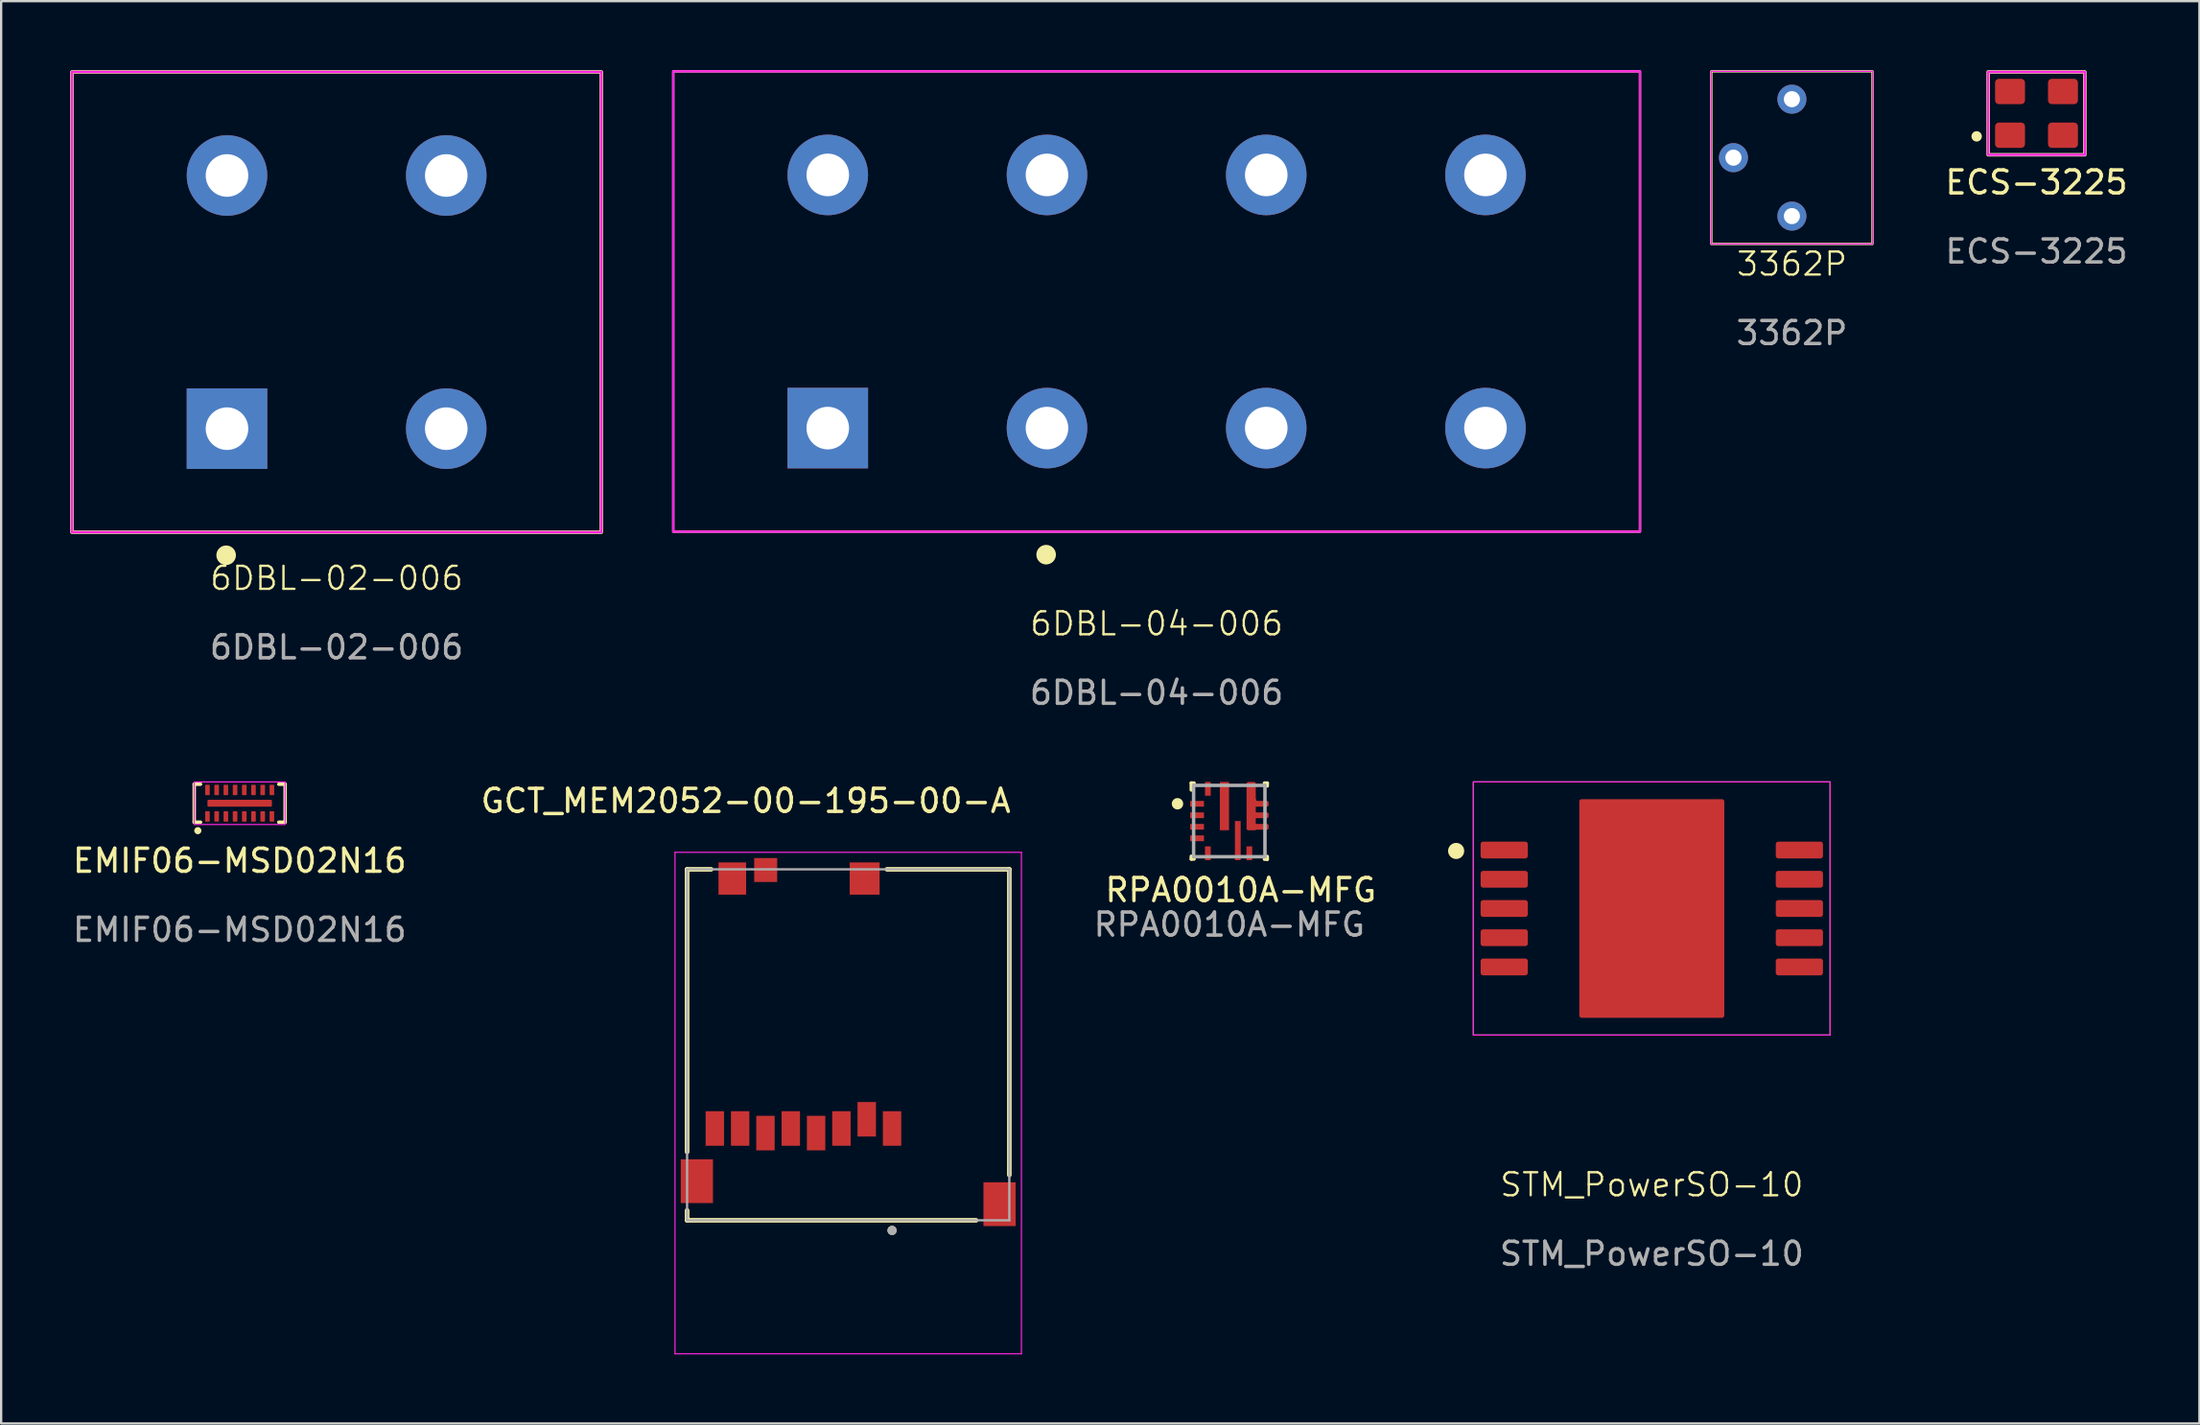
<source format=kicad_pcb>
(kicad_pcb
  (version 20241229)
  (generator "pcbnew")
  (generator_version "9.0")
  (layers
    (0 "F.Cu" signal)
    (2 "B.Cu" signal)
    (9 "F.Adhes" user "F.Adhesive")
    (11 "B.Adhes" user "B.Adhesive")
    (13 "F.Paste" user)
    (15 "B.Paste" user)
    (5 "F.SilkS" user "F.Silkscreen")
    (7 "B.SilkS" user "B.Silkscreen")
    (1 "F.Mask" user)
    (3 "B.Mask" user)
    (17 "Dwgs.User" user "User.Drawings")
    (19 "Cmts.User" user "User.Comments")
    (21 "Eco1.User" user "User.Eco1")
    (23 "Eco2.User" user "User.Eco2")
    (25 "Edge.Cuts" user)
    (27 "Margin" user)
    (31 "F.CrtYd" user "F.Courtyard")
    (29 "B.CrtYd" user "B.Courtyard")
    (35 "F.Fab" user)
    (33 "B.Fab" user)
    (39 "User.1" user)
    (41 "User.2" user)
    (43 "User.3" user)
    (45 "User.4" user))
  (footprint "6DBL-04-006"
    (layer "F.Cu")
    (at 47.2 10.05)
    (property "Reference" "6DBL-04-006" (at 0 14 0) (unlocked yes) (layer "F.SilkS") (effects (font (size 1 1) (thickness 0.1))))
    (attr smd)
    (fp_rect (start -21 -10) (end 21 10) (stroke (width 0.1) (type solid)) (fill no) (layer "F.SilkS"))
    (fp_circle (center -4.8 11) (end -4.4 11) (stroke (width 0.05) (type solid)) (fill yes) (layer "F.SilkS"))
    (fp_rect (start -21 -10) (end 21 10) (stroke (width 0.1) (type solid)) (fill no) (layer "F.CrtYd"))
    (fp_text user "${REFERENCE}" (at 0 17 0) (unlocked yes) (layer "F.Fab") (effects (font (size 1 1) (thickness 0.15))))
    (pad "1" thru_hole circle (at -14.287 -5.5) (size 3.5 3.5) (drill 1.85) (layers "*.Cu" "*.Mask"))
    (pad "1" thru_hole rect (at -14.287 5.5) (size 3.5 3.5) (drill 1.85) (layers "*.Cu" "*.Mask"))
    (pad "2" thru_hole circle (at -4.763 -5.5) (size 3.5 3.5) (drill 1.85) (layers "*.Cu" "*.Mask"))
    (pad "2" thru_hole circle (at -4.763 5.5) (size 3.5 3.5) (drill 1.85) (layers "*.Cu" "*.Mask"))
    (pad "3" thru_hole circle (at 4.763 -5.5) (size 3.5 3.5) (drill 1.85) (layers "*.Cu" "*.Mask"))
    (pad "3" thru_hole circle (at 4.763 5.5) (size 3.5 3.5) (drill 1.85) (layers "*.Cu" "*.Mask"))
    (pad "4" thru_hole circle (at 14.287 -5.5) (size 3.5 3.5) (drill 1.85) (layers "*.Cu" "*.Mask"))
    (pad "4" thru_hole circle (at 14.287 5.5) (size 3.5 3.5) (drill 1.85) (layers "*.Cu" "*.Mask")))
  (footprint "RPA0010A-MFG"
    (layer "F.Cu")
    (at 50.357 32.623)
    (property "Reference" "RPA0010A-MFG" (at 0.5 3 0) (unlocked yes) (layer "F.SilkS") (effects (font (size 1 1) (thickness 0.15))))
    (attr smd)
    (fp_line (start -1.65 -1.65) (end -1.53 -1.65) (stroke (width 0.15) (type solid)) (layer "F.SilkS"))
    (fp_line (start -1.65 -1.35) (end -1.65 -1.65) (stroke (width 0.15) (type solid)) (layer "F.SilkS"))
    (fp_line (start -1.65 1.65) (end -1.65 1.53) (stroke (width 0.15) (type solid)) (layer "F.SilkS"))
    (fp_line (start -1.65 1.65) (end -1.53 1.65) (stroke (width 0.15) (type solid)) (layer "F.SilkS"))
    (fp_line (start 1.53 -1.65) (end 1.65 -1.65) (stroke (width 0.15) (type solid)) (layer "F.SilkS"))
    (fp_line (start 1.53 1.66) (end 1.65 1.66) (stroke (width 0.15) (type solid)) (layer "F.SilkS"))
    (fp_line (start 1.65 -1.525) (end 1.65 -1.645) (stroke (width 0.15) (type solid)) (layer "F.SilkS"))
    (fp_line (start 1.65 1.66) (end 1.65 1.54) (stroke (width 0.15) (type solid)) (layer "F.SilkS"))
    (fp_circle (center -2.25 -0.75) (end -2.125 -0.75) (stroke (width 0.25) (type solid)) (fill no) (layer "F.SilkS"))
    (fp_poly (pts (xy -0.41 0.345) (xy -0.41 -0.505) (xy -0.36 -0.555) (xy -0.06 -0.555) (xy -0.01 -0.505) (xy -0.01 0.345) (xy -0.06 0.395) (xy -0.36 0.395)) (stroke (width 0) (type solid)) (fill yes) (layer "F.Paste"))
    (fp_poly (pts (xy -0.36 -1.705) (xy -0.06 -1.705) (xy -0.01 -1.655) (xy -0.01 -0.805) (xy -0.06 -0.755) (xy -0.36 -0.755) (xy -0.41 -0.805) (xy -0.41 -1.655)) (stroke (width 0) (type solid)) (fill yes) (layer "F.Paste"))
    (fp_poly (pts (xy 0.245 1.655) (xy 0.245 1.005) (xy 0.295 0.955) (xy 0.445 0.955) (xy 0.495 1.005) (xy 0.495 1.655) (xy 0.445 1.705) (xy 0.295 1.705)) (stroke (width 0) (type solid)) (fill yes) (layer "F.Paste"))
    (fp_poly (pts (xy 0.445 0.005) (xy 0.495 0.055) (xy 0.495 0.705) (xy 0.445 0.755) (xy 0.295 0.755) (xy 0.245 0.705) (xy 0.245 0.055) (xy 0.295 0.005)) (stroke (width 0) (type solid)) (fill yes) (layer "F.Paste"))
    (fp_line (start -1.55 -1.55) (end 1.55 -1.55) (stroke (width 0.15) (type solid)) (layer "F.Fab"))
    (fp_line (start -1.55 1.55) (end -1.55 -1.55) (stroke (width 0.15) (type solid)) (layer "F.Fab"))
    (fp_line (start -1.55 1.55) (end 1.55 1.55) (stroke (width 0.15) (type solid)) (layer "F.Fab"))
    (fp_line (start 1.55 1.55) (end 1.55 -1.55) (stroke (width 0.15) (type solid)) (layer "F.Fab"))
    (fp_text user "${REFERENCE}" (at 0 4.5 0) (unlocked yes) (layer "F.Fab") (effects (font (size 1 1) (thickness 0.15))))
    (pad "1" smd rect (at -1.4 -0.75) (size 0.6 0.25) (layers "F.Cu" "F.Mask" "F.Paste"))
    (pad "2" smd rect (at -1.4 -0.25) (size 0.6 0.25) (layers "F.Cu" "F.Mask" "F.Paste"))
    (pad "3" smd rect (at -1.4 0.25) (size 0.6 0.25) (layers "F.Cu" "F.Mask" "F.Paste"))
    (pad "4" smd rect (at -1.4 0.75) (size 0.6 0.25) (layers "F.Cu" "F.Mask" "F.Paste"))
    (pad "5" smd rect (at -0.93 1.4 90) (size 0.6 0.25) (layers "F.Cu" "F.Mask" "F.Paste"))
    (pad "6" smd rect (at 0.37 0.85) (size 0.25 1.7) (layers "F.Cu" "F.Mask"))
    (pad "7" smd rect (at 0.87 1.4 90) (size 0.6 0.25) (layers "F.Cu" "F.Mask" "F.Paste"))
    (pad "8" smd custom (at 0.99 -0.8) (size 0.35 0.35) (layers "F.Cu" "F.Mask" "F.Paste") (options (anchor rect)) (primitives (gr_poly (pts (xy -0.19 -0.9) (xy -0.24 -0.85) (xy -0.24 1.15) (xy -0.19 1.2) (xy 0.16 1.2) (xy 0.16 1.175) (xy 0.67 1.175) (xy 0.72 1.125) (xy 0.72 0.975) (xy 0.67 0.925) (xy 0.16 0.925) (xy 0.16 0.675) (xy 0.67 0.675) (xy 0.72 0.625) (xy 0.72 0.475) (xy 0.67 0.425) (xy 0.16 0.425) (xy 0.16 0.175) (xy 0.67 0.175) (xy 0.72 0.125) (xy 0.72 -0.025) (xy 0.67 -0.075) (xy 0.21 -0.075) (xy 0.16 -0.125) (xy 0.16 -0.85) (xy 0.11 -0.9)) (width 0) (fill yes))))
    (pad "9" smd rect (at -0.21 -0.65) (size 0.4 2.1) (layers "F.Cu" "F.Mask"))
    (pad "10" smd rect (at -0.93 -1.4 90) (size 0.6 0.25) (layers "F.Cu" "F.Mask" "F.Paste")))
  (footprint "STM_PowerSO-10"
    (layer "F.Cu")
    (at 68.713 36.423)
    (property "Reference" "STM_PowerSO-10" (at 0 12 0) (unlocked yes) (layer "F.SilkS") (effects (font (size 1 1) (thickness 0.1))))
    (attr smd)
    (fp_rect (start -7.75 -5.5) (end 7.75 5.5) (stroke (width 0.05) (type solid)) (fill no) (layer "F.SilkS"))
    (fp_circle (center -8.5 -2.5) (end -8.2 -2.5) (stroke (width 0.1) (type solid)) (fill yes) (layer "F.SilkS"))
    (fp_rect (start -7.75 -5.5) (end 7.75 5.5) (stroke (width 0.05) (type solid)) (fill no) (layer "F.CrtYd"))
    (fp_text user "${REFERENCE}" (at 0 15 0) (unlocked yes) (layer "F.Fab") (effects (font (size 1 1) (thickness 0.15))))
    (pad "1" smd roundrect (at -6.412 -2.54) (size 2.05 0.73) (layers "F.Cu" "F.Mask" "F.Paste") (roundrect_rratio 0.15))
    (pad "2" smd roundrect (at -6.412 -1.27) (size 2.05 0.73) (layers "F.Cu" "F.Mask" "F.Paste") (roundrect_rratio 0.15))
    (pad "3" smd roundrect (at -6.412 0) (size 2.05 0.73) (layers "F.Cu" "F.Mask" "F.Paste") (roundrect_rratio 0.15))
    (pad "4" smd roundrect (at -6.412 1.27) (size 2.05 0.73) (layers "F.Cu" "F.Mask" "F.Paste") (roundrect_rratio 0.15))
    (pad "5" smd roundrect (at -6.412 2.54) (size 2.05 0.73) (layers "F.Cu" "F.Mask" "F.Paste") (roundrect_rratio 0.15))
    (pad "6" smd roundrect (at 6.412 2.54) (size 2.05 0.73) (layers "F.Cu" "F.Mask" "F.Paste") (roundrect_rratio 0.15))
    (pad "7" smd roundrect (at 6.412 1.27) (size 2.05 0.73) (layers "F.Cu" "F.Mask" "F.Paste") (roundrect_rratio 0.15))
    (pad "8" smd roundrect (at 6.412 0) (size 2.05 0.73) (layers "F.Cu" "F.Mask" "F.Paste") (roundrect_rratio 0.15))
    (pad "9" smd roundrect (at 6.412 -1.27) (size 2.05 0.73) (layers "F.Cu" "F.Mask" "F.Paste") (roundrect_rratio 0.15))
    (pad "10" smd roundrect (at 6.412 -2.54) (size 2.05 0.73) (layers "F.Cu" "F.Mask" "F.Paste") (roundrect_rratio 0.15))
    (pad "11" smd roundrect (at 0 0) (size 6.3 9.5) (layers "F.Cu" "F.Mask" "F.Paste") (roundrect_rratio 0.016)))
  (footprint "6DBL-02-006"
    (layer "F.Cu")
    (at 11.575 10.075)
    (property "Reference" "6DBL-02-006" (at 0 12 0) (unlocked yes) (layer "F.SilkS") (effects (font (size 1 1) (thickness 0.1))))
    (attr smd)
    (fp_rect (start -11.5 -10) (end 11.5 10) (stroke (width 0.15) (type solid)) (fill no) (layer "F.SilkS"))
    (fp_circle (center -4.8 11) (end -4.4 11) (stroke (width 0.05) (type solid)) (fill yes) (layer "F.SilkS"))
    (fp_rect (start -11.5 -10) (end 11.5 10) (stroke (width 0.1) (type solid)) (fill no) (layer "F.CrtYd"))
    (fp_text user "${REFERENCE}" (at 0 15 0) (unlocked yes) (layer "F.Fab") (effects (font (size 1 1) (thickness 0.15))))
    (pad "1" thru_hole circle (at -4.763 -5.5) (size 3.5 3.5) (drill 1.85) (layers "*.Cu" "*.Mask"))
    (pad "1" thru_hole rect (at -4.763 5.5) (size 3.5 3.5) (drill 1.85) (layers "*.Cu" "*.Mask"))
    (pad "2" thru_hole circle (at 4.763 -5.5) (size 3.5 3.5) (drill 1.85) (layers "*.Cu" "*.Mask"))
    (pad "2" thru_hole circle (at 4.763 5.5) (size 3.5 3.5) (drill 1.85) (layers "*.Cu" "*.Mask")))
  (footprint "ECS-3225"
    (layer "F.Cu")
    (at 85.427 1.875)
    (property "Reference" "ECS-3225" (at 0 3 0) (unlocked yes) (layer "F.SilkS") (effects (font (size 1 1) (thickness 0.15))))
    (attr smd)
    (fp_rect (start -2.1 -1.8) (end 2.1 1.8) (stroke (width 0.15) (type solid)) (fill no) (layer "F.SilkS"))
    (fp_circle (center -2.6 1) (end -2.4 1) (stroke (width 0.05) (type solid)) (fill yes) (layer "F.SilkS"))
    (fp_rect (start -2.1 -1.8) (end 2.1 1.8) (stroke (width 0.1) (type solid)) (fill no) (layer "F.CrtYd"))
    (fp_text user "${REFERENCE}" (at 0 6 0) (unlocked yes) (layer "F.Fab") (effects (font (size 1 1) (thickness 0.15))))
    (pad "1" smd roundrect (at -1.15 0.95) (size 1.3 1.1) (layers "F.Cu" "F.Mask" "F.Paste") (roundrect_rratio 0.15))
    (pad "2" smd roundrect (at 1.15 0.95) (size 1.3 1.1) (layers "F.Cu" "F.Mask" "F.Paste") (roundrect_rratio 0.15))
    (pad "3" smd roundrect (at 1.15 -0.95) (size 1.3 1.1) (layers "F.Cu" "F.Mask" "F.Paste") (roundrect_rratio 0.15))
    (pad "4" smd roundrect (at -1.15 -0.95) (size 1.3 1.1) (layers "F.Cu" "F.Mask" "F.Paste") (roundrect_rratio 0.15)))
  (footprint "EMIF06-MSD02N16"
    (layer "F.Cu")
    (at 7.363 31.848)
    (property "Reference" "EMIF06-MSD02N16" (at 0 2.5 0) (unlocked yes) (layer "F.SilkS") (effects (font (size 1 1) (thickness 0.15))))
    (attr smd)
    (fp_line (start -1.975 -0.825) (end -1.7 -0.825) (stroke (width 0.15) (type solid)) (layer "F.SilkS"))
    (fp_line (start -1.975 0.825) (end -1.975 -0.825) (stroke (width 0.15) (type solid)) (layer "F.SilkS"))
    (fp_line (start -1.975 0.825) (end -1.7 0.825) (stroke (width 0.15) (type solid)) (layer "F.SilkS"))
    (fp_line (start 1.975 -0.825) (end 1.7 -0.825) (stroke (width 0.15) (type solid)) (layer "F.SilkS"))
    (fp_line (start 1.975 0.825) (end 1.7 0.825) (stroke (width 0.15) (type solid)) (layer "F.SilkS"))
    (fp_line (start 1.975 0.825) (end 1.975 -0.825) (stroke (width 0.15) (type solid)) (layer "F.SilkS"))
    (fp_circle (center -1.818 1.193) (end -1.668 1.193) (stroke (width 0.01) (type solid)) (fill yes) (layer "F.SilkS"))
    (fp_rect (start -1.975 -0.925) (end 1.975 0.925) (stroke (width 0.05) (type solid)) (fill no) (layer "F.CrtYd"))
    (fp_text user "${REFERENCE}" (at 0 5.5 0) (unlocked yes) (layer "F.Fab") (effects (font (size 1 1) (thickness 0.15))))
    (pad "1" smd roundrect (at -1.4 0.575) (size 0.2 0.45) (layers "F.Cu" "F.Mask" "F.Paste") (roundrect_rratio 0.15))
    (pad "2" smd roundrect (at -1 0.575) (size 0.2 0.45) (layers "F.Cu" "F.Mask" "F.Paste") (roundrect_rratio 0.15))
    (pad "3" smd roundrect (at -0.6 0.575) (size 0.2 0.45) (layers "F.Cu" "F.Mask" "F.Paste") (roundrect_rratio 0.15))
    (pad "4" smd roundrect (at -0.2 0.575) (size 0.2 0.45) (layers "F.Cu" "F.Mask" "F.Paste") (roundrect_rratio 0.15))
    (pad "5" smd roundrect (at 0.2 0.575) (size 0.2 0.45) (layers "F.Cu" "F.Mask" "F.Paste") (roundrect_rratio 0.15))
    (pad "6" smd roundrect (at 0.6 0.575) (size 0.2 0.45) (layers "F.Cu" "F.Mask" "F.Paste") (roundrect_rratio 0.15))
    (pad "7" smd roundrect (at 1 0.575) (size 0.2 0.45) (layers "F.Cu" "F.Mask" "F.Paste") (roundrect_rratio 0.15))
    (pad "8" smd roundrect (at 1.4 0.575) (size 0.2 0.45) (layers "F.Cu" "F.Mask" "F.Paste") (roundrect_rratio 0.15))
    (pad "9" smd roundrect (at 1.4 -0.575) (size 0.2 0.45) (layers "F.Cu" "F.Mask" "F.Paste") (roundrect_rratio 0.15))
    (pad "10" smd roundrect (at 1 -0.575) (size 0.2 0.45) (layers "F.Cu" "F.Mask" "F.Paste") (roundrect_rratio 0.15))
    (pad "11" smd roundrect (at 0.6 -0.575) (size 0.2 0.45) (layers "F.Cu" "F.Mask" "F.Paste") (roundrect_rratio 0.15))
    (pad "12" smd roundrect (at 0.2 -0.575) (size 0.2 0.45) (layers "F.Cu" "F.Mask" "F.Paste") (roundrect_rratio 0.15))
    (pad "13" smd roundrect (at -0.2 -0.575) (size 0.2 0.45) (layers "F.Cu" "F.Mask" "F.Paste") (roundrect_rratio 0.15))
    (pad "14" smd roundrect (at -0.6 -0.575) (size 0.2 0.45) (layers "F.Cu" "F.Mask" "F.Paste") (roundrect_rratio 0.15))
    (pad "15" smd roundrect (at -1 -0.575) (size 0.2 0.45) (layers "F.Cu" "F.Mask" "F.Paste") (roundrect_rratio 0.15))
    (pad "16" smd roundrect (at -1.4 -0.575) (size 0.2 0.45) (layers "F.Cu" "F.Mask" "F.Paste") (roundrect_rratio 0.15))
    (pad "17" smd roundrect (at 0 0) (size 2.8 0.3) (layers "F.Cu" "F.Mask" "F.Paste") (roundrect_rratio 0.15)))
  (footprint "GCT_MEM2052-00-195-00-A"
    (layer "F.Cu")
    (at 33.801 42.346)
    (property "Reference" "GCT_MEM2052-00-195-00-A" (at -4.45 -10.6 0) (layer "F.SilkS") (effects (font (size 1 1) (thickness 0.15))))
    (attr smd)
    (fp_line (start -7 -7.625) (end -5.955 -7.625) (stroke (width 0.2) (type solid)) (layer "F.SilkS"))
    (fp_line (start -7 4.655) (end -7 -7.625) (stroke (width 0.2) (type solid)) (layer "F.SilkS"))
    (fp_line (start -7 7.625) (end -7 7.195) (stroke (width 0.2) (type solid)) (layer "F.SilkS"))
    (fp_line (start 1.685 -7.625) (end 7 -7.625) (stroke (width 0.2) (type solid)) (layer "F.SilkS"))
    (fp_line (start 5.555 7.625) (end -7 7.625) (stroke (width 0.2) (type solid)) (layer "F.SilkS"))
    (fp_line (start 7 -7.625) (end 7 5.655) (stroke (width 0.2) (type solid)) (layer "F.SilkS"))
    (fp_circle (center 1.905 8.065) (end 2.005 8.065) (stroke (width 0.2) (type solid)) (fill no) (layer "F.SilkS"))
    (fp_line (start -7.525 -8.365) (end -7.525 13.425) (stroke (width 0.05) (type solid)) (layer "F.CrtYd"))
    (fp_line (start -7.525 13.425) (end 7.525 13.425) (stroke (width 0.05) (type solid)) (layer "F.CrtYd"))
    (fp_line (start 7.525 -8.365) (end -7.525 -8.365) (stroke (width 0.05) (type solid)) (layer "F.CrtYd"))
    (fp_line (start 7.525 13.425) (end 7.525 -8.365) (stroke (width 0.05) (type solid)) (layer "F.CrtYd"))
    (fp_line (start -7 -7.625) (end 7 -7.625) (stroke (width 0.1) (type solid)) (layer "F.Fab"))
    (fp_line (start -7 7.625) (end -7 -7.625) (stroke (width 0.1) (type solid)) (layer "F.Fab"))
    (fp_line (start 7 -7.625) (end 7 7.625) (stroke (width 0.1) (type solid)) (layer "F.Fab"))
    (fp_line (start 7 7.625) (end -7 7.625) (stroke (width 0.1) (type solid)) (layer "F.Fab"))
    (fp_circle (center 1.905 8.065) (end 2.005 8.065) (stroke (width 0.2) (type solid)) (fill no) (layer "F.Fab"))
    (pad "G1" smd rect (at -6.575 5.925) (size 1.4 1.9) (layers "F.Cu" "F.Mask" "F.Paste"))
    (pad "G2" smd rect (at 6.575 6.925) (size 1.4 1.9) (layers "F.Cu" "F.Mask" "F.Paste"))
    (pad "G3" smd rect (at -5.035 -7.225) (size 1.2 1.4) (layers "F.Cu" "F.Mask" "F.Paste"))
    (pad "G4" smd rect (at 0.715 -7.225) (size 1.3 1.4) (layers "F.Cu" "F.Mask" "F.Paste"))
    (pad "P1" smd rect (at 1.905 3.635) (size 0.8 1.5) (layers "F.Cu" "F.Mask" "F.Paste"))
    (pad "P2" smd rect (at 0.805 3.235) (size 0.8 1.5) (layers "F.Cu" "F.Mask" "F.Paste"))
    (pad "P3" smd rect (at -0.295 3.635) (size 0.8 1.5) (layers "F.Cu" "F.Mask" "F.Paste"))
    (pad "P4" smd rect (at -1.395 3.835) (size 0.8 1.5) (layers "F.Cu" "F.Mask" "F.Paste"))
    (pad "P5" smd rect (at -2.495 3.635) (size 0.8 1.5) (layers "F.Cu" "F.Mask" "F.Paste"))
    (pad "P6" smd rect (at -3.595 3.835) (size 0.8 1.5) (layers "F.Cu" "F.Mask" "F.Paste"))
    (pad "P7" smd rect (at -4.695 3.635) (size 0.8 1.5) (layers "F.Cu" "F.Mask" "F.Paste"))
    (pad "P8" smd rect (at -5.795 3.635) (size 0.8 1.5) (layers "F.Cu" "F.Mask" "F.Paste"))
    (pad "P9" smd rect (at -3.585 -7.595) (size 1 1.04) (layers "F.Cu" "F.Mask" "F.Paste"))
    (zone (net_name "") (layer "F.Cu") (hatch full 0.508) (connect_pads) (min_thickness 0.01) (filled_areas_thickness no) (keepout (tracks not_allowed) (vias not_allowed) (pads not_allowed) (copperpour not_allowed) (footprints allowed)) (placement (enabled no)) (fill) (polygon (pts (xy 36.251 41.111) (xy 27.491 41.111) (xy 27.491 38.812) (xy 29.511 38.812) (xy 29.511 36.981) (xy 31.011 36.981) (xy 31.011 38.812) (xy 36.251 38.812))))
    (zone (net_name "") (layers "F.Cu" "B.Cu") (hatch full 0.508) (connect_pads) (min_thickness 0.01) (filled_areas_thickness no) (keepout (tracks allowed) (vias not_allowed) (pads allowed) (copperpour allowed) (footprints allowed)) (placement (enabled no)) (fill) (polygon (pts (xy 36.251 41.111) (xy 27.491 41.111) (xy 27.491 38.812) (xy 29.511 38.812) (xy 29.511 36.981) (xy 31.011 36.981) (xy 31.011 38.812) (xy 36.251 38.812)))))
  (footprint "3362P"
    (layer "F.Cu")
    (at 74.8 3.8)
    (property "Reference" "3362P" (at 0 4.62 0) (unlocked yes) (layer "F.SilkS") (effects (font (size 1 1) (thickness 0.1))))
    (attr smd)
    (fp_rect (start -3.5 -3.75) (end 3.5 3.75) (stroke (width 0.1) (type solid)) (fill no) (layer "F.SilkS"))
    (fp_rect (start -3.5 -3.75) (end 3.5 3.75) (stroke (width 0.05) (type solid)) (fill no) (layer "F.CrtYd"))
    (fp_text user "${REFERENCE}" (at 0 7.62 0) (unlocked yes) (layer "F.Fab") (effects (font (size 1 1) (thickness 0.15))))
    (pad "1" thru_hole circle (at 0 2.54) (size 1.26 1.26) (drill 0.7) (layers "*.Cu" "*.Mask"))
    (pad "2" thru_hole circle (at -2.54 0) (size 1.26 1.26) (drill 0.7) (layers "*.Cu" "*.Mask"))
    (pad "3" thru_hole circle (at 0 -2.54) (size 1.26 1.26) (drill 0.7) (layers "*.Cu" "*.Mask")))
  (gr_rect
    (start -3 -3)
    (end 92.505 58.797)
    (stroke (width 0.1) (type default))
    (fill no)
    (layer "Edge.Cuts")))
</source>
